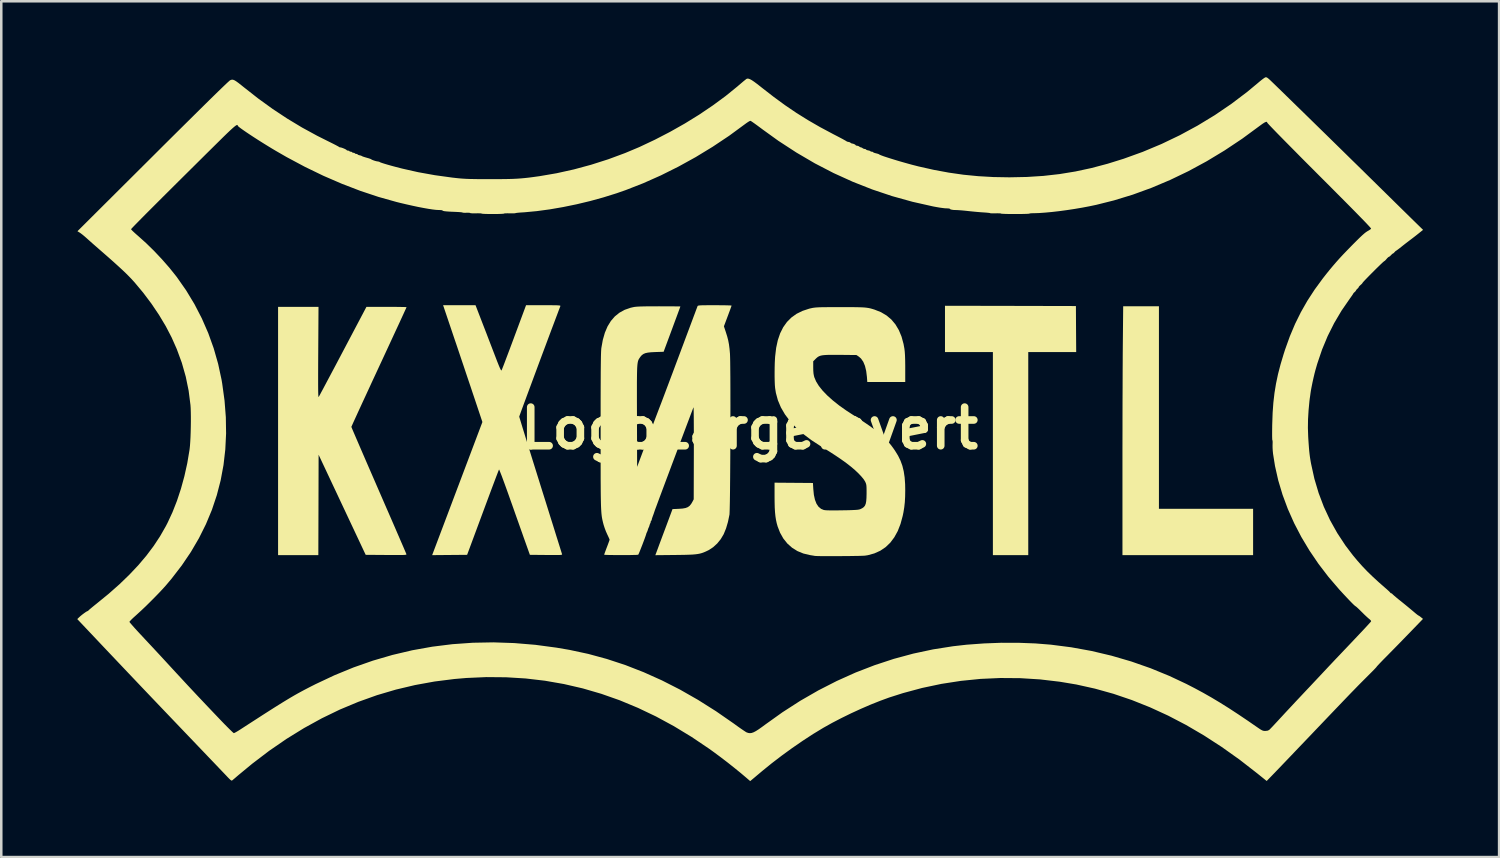
<source format=kicad_pcb>
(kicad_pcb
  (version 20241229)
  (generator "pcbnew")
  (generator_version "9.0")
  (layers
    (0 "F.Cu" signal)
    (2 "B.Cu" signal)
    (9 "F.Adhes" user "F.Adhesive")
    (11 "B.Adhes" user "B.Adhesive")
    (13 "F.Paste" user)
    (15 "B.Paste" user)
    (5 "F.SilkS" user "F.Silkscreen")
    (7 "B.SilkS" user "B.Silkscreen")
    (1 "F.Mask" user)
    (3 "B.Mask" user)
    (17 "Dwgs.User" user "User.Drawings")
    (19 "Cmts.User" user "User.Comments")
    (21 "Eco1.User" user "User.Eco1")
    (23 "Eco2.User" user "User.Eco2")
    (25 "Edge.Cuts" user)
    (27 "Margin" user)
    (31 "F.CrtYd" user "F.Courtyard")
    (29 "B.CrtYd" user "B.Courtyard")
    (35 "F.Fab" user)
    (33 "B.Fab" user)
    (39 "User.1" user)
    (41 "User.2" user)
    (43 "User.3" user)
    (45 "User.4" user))
  (footprint "LogoLargeInvert"
    (layer "F.Cu")
    (at 26.535 13.854)
    (property "Reference" "LogoLargeInvert" (at 0 0 0) (layer "F.SilkS") (effects (font (size 1.524 1.524) (thickness 0.3))))
    (attr board_only exclude_from_pos_files exclude_from_bom)
    (fp_poly (pts (xy 10.299 -4.83) (xy 12.883 -4.824) (xy 12.888 -3.916) (xy 12.894 -3.008) (xy 11.002 -3.008) (xy 11.002 5.007) (xy 9.606 5.007) (xy 9.606 -3.008) (xy 7.715 -3.008) (xy 7.715 -4.835)) (stroke (width 0) (type solid)) (fill yes) (layer "F.SilkS"))
    (fp_poly (pts (xy 16.16 3.18) (xy 19.877 3.18) (xy 19.877 5.007) (xy 14.72 5.007) (xy 14.72 1.66) (xy 14.72 1.253) (xy 14.72 0.837) (xy 14.721 0.418) (xy 14.722 -0.001) (xy 14.722 -0.415) (xy 14.723 -0.822) (xy 14.724 -1.216) (xy 14.726 -1.594) (xy 14.727 -1.952) (xy 14.728 -2.286) (xy 14.73 -2.591) (xy 14.731 -2.865) (xy 14.733 -3.102) (xy 14.734 -3.25) (xy 14.749 -4.814) (xy 16.16 -4.814)) (stroke (width 0) (type solid)) (fill yes) (layer "F.SilkS"))
    (fp_poly (pts (xy -17.024 -2.994) (xy -17.026 -2.667) (xy -17.027 -2.38) (xy -17.028 -2.132) (xy -17.028 -1.92) (xy -17.028 -1.741) (xy -17.027 -1.593) (xy -17.026 -1.474) (xy -17.024 -1.382) (xy -17.021 -1.314) (xy -17.018 -1.268) (xy -17.014 -1.242) (xy -17.01 -1.233) (xy -17.007 -1.235) (xy -16.993 -1.259) (xy -16.96 -1.318) (xy -16.911 -1.41) (xy -16.845 -1.532) (xy -16.766 -1.681) (xy -16.674 -1.854) (xy -16.57 -2.05) (xy -16.456 -2.264) (xy -16.334 -2.494) (xy -16.205 -2.738) (xy -16.071 -2.992) (xy -16.05 -3.032) (xy -15.121 -4.792) (xy -14.329 -4.792) (xy -14.15 -4.792) (xy -13.984 -4.791) (xy -13.838 -4.789) (xy -13.716 -4.787) (xy -13.622 -4.785) (xy -13.561 -4.782) (xy -13.538 -4.779) (xy -13.538 -4.779) (xy -13.547 -4.758) (xy -13.573 -4.701) (xy -13.615 -4.609) (xy -13.671 -4.486) (xy -13.742 -4.333) (xy -13.824 -4.153) (xy -13.919 -3.949) (xy -14.024 -3.723) (xy -14.138 -3.476) (xy -14.26 -3.213) (xy -14.389 -2.934) (xy -14.524 -2.643) (xy -14.627 -2.422) (xy -14.766 -2.122) (xy -14.9 -1.834) (xy -15.027 -1.558) (xy -15.147 -1.298) (xy -15.259 -1.057) (xy -15.361 -0.835) (xy -15.453 -0.636) (xy -15.532 -0.462) (xy -15.599 -0.316) (xy -15.652 -0.2) (xy -15.689 -0.116) (xy -15.711 -0.067) (xy -15.716 -0.055) (xy -15.707 -0.032) (xy -15.683 0.027) (xy -15.643 0.121) (xy -15.589 0.247) (xy -15.522 0.403) (xy -15.443 0.586) (xy -15.353 0.795) (xy -15.253 1.026) (xy -15.144 1.278) (xy -15.027 1.548) (xy -14.903 1.833) (xy -14.773 2.132) (xy -14.639 2.441) (xy -14.635 2.45) (xy -14.5 2.76) (xy -14.37 3.06) (xy -14.245 3.346) (xy -14.127 3.617) (xy -14.017 3.87) (xy -13.916 4.104) (xy -13.825 4.314) (xy -13.745 4.5) (xy -13.676 4.658) (xy -13.621 4.787) (xy -13.58 4.883) (xy -13.554 4.945) (xy -13.544 4.969) (xy -13.544 4.97) (xy -13.543 4.979) (xy -13.549 4.987) (xy -13.567 4.993) (xy -13.6 4.998) (xy -13.652 5.001) (xy -13.727 5.003) (xy -13.829 5.004) (xy -13.962 5.004) (xy -14.13 5.003) (xy -14.337 5.002) (xy -14.342 5.002) (xy -15.151 4.996) (xy -16.08 3.021) (xy -17.009 1.045) (xy -17.014 3.026) (xy -17.02 5.007) (xy -18.609 5.007) (xy -18.609 -4.792) (xy -17.013 -4.792)) (stroke (width 0) (type solid)) (fill yes) (layer "F.SilkS"))
    (fp_poly (pts (xy -10.531 -4.121) (xy -10.453 -3.92) (xy -10.369 -3.703) (xy -10.284 -3.48) (xy -10.2 -3.262) (xy -10.122 -3.059) (xy -10.054 -2.882) (xy -10.029 -2.818) (xy -9.964 -2.648) (xy -9.911 -2.515) (xy -9.87 -2.415) (xy -9.838 -2.346) (xy -9.816 -2.303) (xy -9.8 -2.283) (xy -9.789 -2.284) (xy -9.788 -2.285) (xy -9.777 -2.31) (xy -9.752 -2.372) (xy -9.714 -2.468) (xy -9.666 -2.593) (xy -9.609 -2.745) (xy -9.543 -2.919) (xy -9.47 -3.112) (xy -9.392 -3.321) (xy -9.309 -3.543) (xy -9.293 -3.587) (xy -8.821 -4.856) (xy -8.137 -4.856) (xy -7.947 -4.856) (xy -7.796 -4.856) (xy -7.68 -4.855) (xy -7.594 -4.853) (xy -7.533 -4.849) (xy -7.495 -4.845) (xy -7.473 -4.839) (xy -7.465 -4.831) (xy -7.466 -4.821) (xy -7.467 -4.819) (xy -7.495 -4.747) (xy -7.535 -4.642) (xy -7.585 -4.508) (xy -7.646 -4.347) (xy -7.715 -4.163) (xy -7.792 -3.959) (xy -7.875 -3.738) (xy -7.963 -3.503) (xy -8.054 -3.258) (xy -8.149 -3.005) (xy -8.245 -2.748) (xy -8.341 -2.49) (xy -8.436 -2.234) (xy -8.529 -1.983) (xy -8.619 -1.74) (xy -8.705 -1.509) (xy -8.785 -1.293) (xy -8.858 -1.095) (xy -8.924 -0.918) (xy -8.98 -0.765) (xy -9.026 -0.64) (xy -9.06 -0.545) (xy -9.082 -0.484) (xy -9.09 -0.46) (xy -9.09 -0.46) (xy -9.084 -0.436) (xy -9.065 -0.373) (xy -9.035 -0.274) (xy -8.995 -0.142) (xy -8.945 0.022) (xy -8.885 0.215) (xy -8.818 0.434) (xy -8.742 0.677) (xy -8.66 0.941) (xy -8.572 1.225) (xy -8.478 1.525) (xy -8.38 1.839) (xy -8.278 2.165) (xy -8.251 2.253) (xy -8.148 2.581) (xy -8.048 2.899) (xy -7.953 3.203) (xy -7.863 3.492) (xy -7.778 3.761) (xy -7.7 4.011) (xy -7.63 4.237) (xy -7.567 4.437) (xy -7.513 4.609) (xy -7.469 4.75) (xy -7.435 4.859) (xy -7.412 4.932) (xy -7.401 4.967) (xy -7.4 4.97) (xy -7.399 4.98) (xy -7.406 4.989) (xy -7.426 4.995) (xy -7.462 5) (xy -7.519 5.003) (xy -7.602 5.004) (xy -7.716 5.004) (xy -7.864 5.003) (xy -8.03 5.002) (xy -8.67 4.996) (xy -8.865 4.448) (xy -8.911 4.32) (xy -8.968 4.157) (xy -9.036 3.966) (xy -9.111 3.753) (xy -9.192 3.526) (xy -9.276 3.289) (xy -9.36 3.05) (xy -9.444 2.815) (xy -9.465 2.755) (xy -9.54 2.544) (xy -9.611 2.347) (xy -9.677 2.166) (xy -9.736 2.005) (xy -9.787 1.868) (xy -9.83 1.759) (xy -9.861 1.68) (xy -9.881 1.636) (xy -9.887 1.627) (xy -9.897 1.649) (xy -9.921 1.709) (xy -9.957 1.803) (xy -10.005 1.928) (xy -10.063 2.082) (xy -10.13 2.26) (xy -10.206 2.462) (xy -10.288 2.682) (xy -10.376 2.919) (xy -10.469 3.169) (xy -10.525 3.32) (xy -11.147 4.996) (xy -12.527 5.008) (xy -12.505 4.948) (xy -12.494 4.921) (xy -12.47 4.856) (xy -12.432 4.756) (xy -12.382 4.623) (xy -12.32 4.459) (xy -12.248 4.268) (xy -12.166 4.051) (xy -12.075 3.811) (xy -11.977 3.551) (xy -11.872 3.272) (xy -11.761 2.978) (xy -11.645 2.67) (xy -11.525 2.352) (xy -11.513 2.321) (xy -10.544 -0.246) (xy -10.86 -1.192) (xy -10.927 -1.39) (xy -11.004 -1.622) (xy -11.091 -1.879) (xy -11.184 -2.155) (xy -11.28 -2.443) (xy -11.379 -2.736) (xy -11.476 -3.025) (xy -11.57 -3.304) (xy -11.636 -3.497) (xy -12.095 -4.857) (xy -10.815 -4.857)) (stroke (width 0) (type solid)) (fill yes) (layer "F.SilkS"))
    (fp_poly (pts (xy 3.828 -4.781) (xy 4.03 -4.781) (xy 4.197 -4.779) (xy 4.337 -4.776) (xy 4.452 -4.772) (xy 4.547 -4.766) (xy 4.628 -4.757) (xy 4.7 -4.746) (xy 4.766 -4.732) (xy 4.832 -4.714) (xy 4.902 -4.693) (xy 4.942 -4.68) (xy 5.19 -4.581) (xy 5.408 -4.452) (xy 5.598 -4.292) (xy 5.759 -4.1) (xy 5.893 -3.875) (xy 6 -3.618) (xy 6.079 -3.328) (xy 6.114 -3.137) (xy 6.127 -3.025) (xy 6.137 -2.878) (xy 6.143 -2.693) (xy 6.146 -2.469) (xy 6.146 -2.38) (xy 6.146 -1.827) (xy 4.648 -1.827) (xy 4.634 -2.025) (xy 4.605 -2.261) (xy 4.557 -2.461) (xy 4.489 -2.625) (xy 4.401 -2.751) (xy 4.321 -2.822) (xy 4.223 -2.89) (xy 3.581 -2.897) (xy 3.372 -2.898) (xy 3.2 -2.898) (xy 3.061 -2.895) (xy 2.951 -2.888) (xy 2.864 -2.878) (xy 2.795 -2.862) (xy 2.739 -2.84) (xy 2.692 -2.812) (xy 2.648 -2.776) (xy 2.609 -2.739) (xy 2.514 -2.644) (xy 2.514 -2.399) (xy 2.517 -2.262) (xy 2.526 -2.154) (xy 2.544 -2.063) (xy 2.557 -2.014) (xy 2.628 -1.847) (xy 2.737 -1.67) (xy 2.885 -1.485) (xy 3.069 -1.294) (xy 3.287 -1.099) (xy 3.537 -0.9) (xy 3.818 -0.701) (xy 4.004 -0.58) (xy 4.284 -0.4) (xy 4.53 -0.237) (xy 4.746 -0.089) (xy 4.934 0.048) (xy 5.098 0.177) (xy 5.242 0.301) (xy 5.369 0.422) (xy 5.483 0.544) (xy 5.588 0.67) (xy 5.686 0.803) (xy 5.744 0.888) (xy 5.864 1.083) (xy 5.96 1.28) (xy 6.034 1.484) (xy 6.087 1.703) (xy 6.123 1.943) (xy 6.142 2.211) (xy 6.146 2.445) (xy 6.142 2.695) (xy 6.13 2.917) (xy 6.107 3.123) (xy 6.074 3.326) (xy 6.046 3.46) (xy 5.96 3.777) (xy 5.85 4.059) (xy 5.714 4.305) (xy 5.555 4.517) (xy 5.371 4.693) (xy 5.162 4.834) (xy 4.929 4.939) (xy 4.672 5.01) (xy 4.566 5.027) (xy 4.518 5.031) (xy 4.434 5.034) (xy 4.319 5.038) (xy 4.179 5.04) (xy 4.02 5.043) (xy 3.847 5.045) (xy 3.666 5.046) (xy 3.481 5.048) (xy 3.3 5.048) (xy 3.127 5.048) (xy 2.968 5.048) (xy 2.829 5.047) (xy 2.715 5.045) (xy 2.631 5.042) (xy 2.583 5.039) (xy 2.579 5.039) (xy 2.543 5.032) (xy 2.477 5.021) (xy 2.396 5.008) (xy 2.385 5.006) (xy 2.125 4.944) (xy 1.889 4.847) (xy 1.678 4.715) (xy 1.493 4.55) (xy 1.335 4.353) (xy 1.206 4.124) (xy 1.11 3.877) (xy 1.073 3.747) (xy 1.044 3.613) (xy 1.022 3.47) (xy 1.006 3.31) (xy 0.995 3.127) (xy 0.99 2.914) (xy 0.988 2.699) (xy 0.988 2.148) (xy 2.503 2.16) (xy 2.517 2.396) (xy 2.54 2.628) (xy 2.582 2.821) (xy 2.643 2.978) (xy 2.723 3.097) (xy 2.824 3.181) (xy 2.929 3.225) (xy 2.978 3.233) (xy 3.058 3.239) (xy 3.173 3.242) (xy 3.325 3.243) (xy 3.516 3.241) (xy 3.653 3.239) (xy 3.843 3.236) (xy 3.995 3.232) (xy 4.114 3.227) (xy 4.205 3.222) (xy 4.272 3.216) (xy 4.322 3.208) (xy 4.358 3.198) (xy 4.372 3.193) (xy 4.452 3.154) (xy 4.512 3.11) (xy 4.557 3.053) (xy 4.587 2.978) (xy 4.606 2.879) (xy 4.616 2.75) (xy 4.62 2.585) (xy 4.62 2.567) (xy 4.62 2.436) (xy 4.618 2.341) (xy 4.614 2.271) (xy 4.606 2.219) (xy 4.594 2.176) (xy 4.576 2.133) (xy 4.563 2.105) (xy 4.509 2.019) (xy 4.424 1.914) (xy 4.309 1.791) (xy 4.299 1.781) (xy 4.165 1.654) (xy 4.013 1.524) (xy 3.838 1.387) (xy 3.639 1.243) (xy 3.411 1.088) (xy 3.152 0.92) (xy 2.857 0.737) (xy 2.808 0.707) (xy 2.443 0.469) (xy 2.119 0.225) (xy 1.838 -0.025) (xy 1.597 -0.283) (xy 1.398 -0.548) (xy 1.239 -0.821) (xy 1.12 -1.103) (xy 1.041 -1.394) (xy 1.01 -1.587) (xy 1 -1.704) (xy 0.994 -1.854) (xy 0.99 -2.027) (xy 0.99 -2.214) (xy 0.992 -2.405) (xy 0.997 -2.591) (xy 1.006 -2.761) (xy 1.011 -2.834) (xy 1.051 -3.173) (xy 1.117 -3.478) (xy 1.21 -3.75) (xy 1.33 -3.989) (xy 1.478 -4.196) (xy 1.654 -4.372) (xy 1.858 -4.518) (xy 2.092 -4.633) (xy 2.355 -4.72) (xy 2.45 -4.742) (xy 2.498 -4.752) (xy 2.549 -4.759) (xy 2.608 -4.766) (xy 2.678 -4.771) (xy 2.764 -4.775) (xy 2.87 -4.778) (xy 3.002 -4.779) (xy 3.164 -4.781) (xy 3.359 -4.781) (xy 3.589 -4.781)) (stroke (width 0) (type solid)) (fill yes) (layer "F.SilkS"))
    (fp_poly (pts (xy -1.209 -4.856) (xy -1.06 -4.855) (xy -0.93 -4.853) (xy -0.826 -4.85) (xy -0.752 -4.847) (xy -0.714 -4.843) (xy -0.709 -4.842) (xy -0.716 -4.818) (xy -0.737 -4.76) (xy -0.767 -4.675) (xy -0.807 -4.569) (xy -0.852 -4.447) (xy -0.86 -4.426) (xy -1.011 -4.024) (xy -0.937 -3.801) (xy -0.882 -3.626) (xy -0.841 -3.467) (xy -0.811 -3.308) (xy -0.789 -3.135) (xy -0.772 -2.944) (xy -0.769 -2.873) (xy -0.766 -2.764) (xy -0.763 -2.621) (xy -0.761 -2.445) (xy -0.759 -2.241) (xy -0.757 -2.011) (xy -0.756 -1.758) (xy -0.755 -1.486) (xy -0.755 -1.197) (xy -0.754 -0.894) (xy -0.755 -0.581) (xy -0.755 -0.26) (xy -0.756 0.066) (xy -0.757 0.393) (xy -0.758 0.718) (xy -0.759 1.038) (xy -0.761 1.351) (xy -0.763 1.654) (xy -0.765 1.942) (xy -0.768 2.214) (xy -0.77 2.466) (xy -0.773 2.695) (xy -0.776 2.899) (xy -0.78 3.073) (xy -0.783 3.215) (xy -0.787 3.323) (xy -0.79 3.392) (xy -0.793 3.415) (xy -0.852 3.699) (xy -0.927 3.954) (xy -1.017 4.174) (xy -1.025 4.19) (xy -1.137 4.378) (xy -1.276 4.549) (xy -1.435 4.694) (xy -1.604 4.806) (xy -1.633 4.82) (xy -1.72 4.862) (xy -1.799 4.896) (xy -1.875 4.924) (xy -1.954 4.946) (xy -2.041 4.963) (xy -2.142 4.976) (xy -2.261 4.986) (xy -2.403 4.992) (xy -2.575 4.997) (xy -2.781 5) (xy -2.928 5.002) (xy -3.718 5.01) (xy -3.663 4.864) (xy -3.643 4.81) (xy -3.61 4.721) (xy -3.567 4.604) (xy -3.514 4.462) (xy -3.455 4.303) (xy -3.391 4.132) (xy -3.324 3.954) (xy -3.04 3.191) (xy -2.793 3.18) (xy -2.642 3.169) (xy -2.525 3.148) (xy -2.435 3.113) (xy -2.364 3.061) (xy -2.303 2.986) (xy -2.253 2.901) (xy -2.203 2.804) (xy -2.198 0.967) (xy -2.198 0.691) (xy -2.198 0.429) (xy -2.198 0.184) (xy -2.199 -0.043) (xy -2.2 -0.246) (xy -2.201 -0.424) (xy -2.203 -0.573) (xy -2.205 -0.691) (xy -2.207 -0.774) (xy -2.21 -0.82) (xy -2.212 -0.827) (xy -2.226 -0.792) (xy -2.253 -0.72) (xy -2.293 -0.615) (xy -2.344 -0.48) (xy -2.405 -0.318) (xy -2.475 -0.133) (xy -2.552 0.071) (xy -2.635 0.292) (xy -2.723 0.526) (xy -2.814 0.769) (xy -2.907 1.018) (xy -3.002 1.269) (xy -3.096 1.52) (xy -3.188 1.767) (xy -3.278 2.006) (xy -3.363 2.234) (xy -3.443 2.447) (xy -3.516 2.643) (xy -3.581 2.817) (xy -3.636 2.966) (xy -3.681 3.088) (xy -3.715 3.178) (xy -3.735 3.233) (xy -3.74 3.247) (xy -3.765 3.322) (xy -3.786 3.384) (xy -3.798 3.417) (xy -3.811 3.451) (xy -3.814 3.46) (xy -3.824 3.487) (xy -3.83 3.503) (xy -3.854 3.574) (xy -3.86 3.612) (xy -3.87 3.637) (xy -3.887 3.661) (xy -3.904 3.688) (xy -3.902 3.696) (xy -3.9 3.712) (xy -3.915 3.744) (xy -3.938 3.798) (xy -3.948 3.832) (xy -3.963 3.882) (xy -3.98 3.918) (xy -4.003 3.971) (xy -4.012 4.004) (xy -4.028 4.054) (xy -4.044 4.09) (xy -4.066 4.137) (xy -4.075 4.163) (xy -4.085 4.2) (xy -4.108 4.267) (xy -4.14 4.357) (xy -4.179 4.461) (xy -4.221 4.573) (xy -4.265 4.685) (xy -4.306 4.79) (xy -4.342 4.88) (xy -4.371 4.948) (xy -4.389 4.985) (xy -4.393 4.99) (xy -4.42 4.995) (xy -4.482 4.999) (xy -4.574 5.001) (xy -4.689 5.004) (xy -4.821 5.005) (xy -4.964 5.006) (xy -5.111 5.006) (xy -5.255 5.006) (xy -5.392 5.004) (xy -5.514 5.003) (xy -5.616 5) (xy -5.69 4.997) (xy -5.731 4.993) (xy -5.738 4.99) (xy -5.73 4.965) (xy -5.71 4.907) (xy -5.68 4.826) (xy -5.643 4.727) (xy -5.63 4.695) (xy -5.591 4.592) (xy -5.559 4.504) (xy -5.535 4.439) (xy -5.524 4.403) (xy -5.523 4.399) (xy -5.532 4.373) (xy -5.555 4.319) (xy -5.59 4.243) (xy -5.618 4.184) (xy -5.669 4.069) (xy -5.718 3.939) (xy -5.758 3.815) (xy -5.767 3.782) (xy -5.782 3.724) (xy -5.795 3.67) (xy -5.807 3.617) (xy -5.818 3.563) (xy -5.828 3.507) (xy -5.836 3.444) (xy -5.844 3.374) (xy -5.85 3.294) (xy -5.856 3.201) (xy -5.861 3.094) (xy -5.865 2.97) (xy -5.868 2.827) (xy -5.871 2.662) (xy -5.873 2.474) (xy -5.874 2.259) (xy -5.876 2.017) (xy -5.876 1.744) (xy -5.877 1.438) (xy -5.877 1.096) (xy -5.877 0.718) (xy -5.877 0.3) (xy -5.877 0.097) (xy -5.877 -0.346) (xy -5.877 -0.747) (xy -5.877 -1.11) (xy -5.876 -1.435) (xy -5.875 -1.726) (xy -5.874 -1.983) (xy -5.873 -2.209) (xy -5.871 -2.407) (xy -5.869 -2.577) (xy -5.867 -2.722) (xy -5.865 -2.844) (xy -5.862 -2.945) (xy -5.859 -3.026) (xy -5.855 -3.091) (xy -5.852 -3.14) (xy -5.848 -3.17) (xy -5.791 -3.488) (xy -5.71 -3.771) (xy -5.604 -4.02) (xy -5.473 -4.234) (xy -5.317 -4.414) (xy -5.135 -4.561) (xy -4.928 -4.675) (xy -4.694 -4.756) (xy -4.594 -4.779) (xy -4.543 -4.789) (xy -4.482 -4.796) (xy -4.408 -4.802) (xy -4.315 -4.806) (xy -4.199 -4.809) (xy -4.056 -4.812) (xy -3.88 -4.813) (xy -3.668 -4.813) (xy -3.579 -4.814) (xy -3.392 -4.813) (xy -3.22 -4.813) (xy -3.067 -4.812) (xy -2.936 -4.811) (xy -2.834 -4.81) (xy -2.764 -4.809) (xy -2.731 -4.808) (xy -2.729 -4.808) (xy -2.736 -4.787) (xy -2.757 -4.73) (xy -2.79 -4.641) (xy -2.833 -4.524) (xy -2.885 -4.383) (xy -2.945 -4.222) (xy -3.01 -4.046) (xy -3.06 -3.91) (xy -3.391 -3.019) (xy -3.721 -3.008) (xy -3.885 -3) (xy -4.013 -2.986) (xy -4.112 -2.964) (xy -4.188 -2.932) (xy -4.249 -2.888) (xy -4.301 -2.829) (xy -4.318 -2.806) (xy -4.339 -2.775) (xy -4.358 -2.747) (xy -4.375 -2.718) (xy -4.389 -2.686) (xy -4.402 -2.648) (xy -4.412 -2.602) (xy -4.421 -2.545) (xy -4.428 -2.474) (xy -4.434 -2.387) (xy -4.438 -2.28) (xy -4.441 -2.152) (xy -4.443 -1.999) (xy -4.445 -1.818) (xy -4.445 -1.608) (xy -4.445 -1.365) (xy -4.445 -1.086) (xy -4.444 -0.77) (xy -4.443 -0.478) (xy -4.437 1.525) (xy -4.073 0.553) (xy -3.992 0.337) (xy -3.908 0.114) (xy -3.824 -0.107) (xy -3.744 -0.32) (xy -3.669 -0.518) (xy -3.602 -0.694) (xy -3.546 -0.841) (xy -3.518 -0.913) (xy -3.48 -1.012) (xy -3.429 -1.147) (xy -3.366 -1.313) (xy -3.293 -1.508) (xy -3.211 -1.725) (xy -3.122 -1.962) (xy -3.027 -2.214) (xy -2.929 -2.477) (xy -2.828 -2.746) (xy -2.726 -3.018) (xy -2.698 -3.094) (xy -2.601 -3.352) (xy -2.509 -3.599) (xy -2.422 -3.831) (xy -2.341 -4.047) (xy -2.268 -4.242) (xy -2.204 -4.414) (xy -2.149 -4.559) (xy -2.106 -4.676) (xy -2.074 -4.759) (xy -2.056 -4.808) (xy -2.052 -4.819) (xy -2.045 -4.83) (xy -2.03 -4.838) (xy -2.004 -4.844) (xy -1.961 -4.849) (xy -1.897 -4.853) (xy -1.807 -4.855) (xy -1.687 -4.856) (xy -1.532 -4.856) (xy -1.373 -4.857)) (stroke (width 0) (type solid)) (fill yes) (layer "F.SilkS"))
    (fp_poly (pts (xy 20.434 -13.838) (xy 20.485 -13.799) (xy 20.539 -13.751) (xy 20.584 -13.708) (xy 20.658 -13.637) (xy 20.758 -13.54) (xy 20.883 -13.419) (xy 21.03 -13.276) (xy 21.197 -13.113) (xy 21.382 -12.933) (xy 21.582 -12.737) (xy 21.797 -12.528) (xy 22.023 -12.307) (xy 22.259 -12.076) (xy 22.502 -11.838) (xy 22.751 -11.595) (xy 23.002 -11.349) (xy 23.255 -11.101) (xy 23.507 -10.854) (xy 23.755 -10.61) (xy 23.999 -10.372) (xy 24.235 -10.14) (xy 24.461 -9.917) (xy 24.658 -9.724) (xy 24.869 -9.516) (xy 25.077 -9.312) (xy 25.278 -9.114) (xy 25.47 -8.925) (xy 25.65 -8.748) (xy 25.815 -8.586) (xy 25.963 -8.441) (xy 26.091 -8.315) (xy 26.196 -8.212) (xy 26.275 -8.135) (xy 26.321 -8.09) (xy 26.586 -7.831) (xy 26.386 -7.671) (xy 26.291 -7.596) (xy 26.193 -7.52) (xy 26.105 -7.453) (xy 26.056 -7.416) (xy 25.984 -7.361) (xy 25.892 -7.291) (xy 25.794 -7.214) (xy 25.73 -7.163) (xy 25.652 -7.101) (xy 25.585 -7.051) (xy 25.538 -7.017) (xy 25.518 -7.005) (xy 25.496 -6.99) (xy 25.462 -6.953) (xy 25.461 -6.952) (xy 25.425 -6.914) (xy 25.398 -6.898) (xy 25.397 -6.898) (xy 25.371 -6.883) (xy 25.332 -6.845) (xy 25.321 -6.834) (xy 25.28 -6.792) (xy 25.246 -6.77) (xy 25.241 -6.769) (xy 25.213 -6.753) (xy 25.171 -6.714) (xy 25.145 -6.683) (xy 25.102 -6.634) (xy 25.067 -6.603) (xy 25.055 -6.597) (xy 25.035 -6.582) (xy 24.989 -6.542) (xy 24.923 -6.48) (xy 24.842 -6.401) (xy 24.749 -6.311) (xy 24.651 -6.213) (xy 24.552 -6.114) (xy 24.456 -6.017) (xy 24.368 -5.927) (xy 24.294 -5.85) (xy 24.238 -5.79) (xy 24.204 -5.751) (xy 24.197 -5.739) (xy 24.181 -5.714) (xy 24.142 -5.675) (xy 24.121 -5.658) (xy 24.076 -5.616) (xy 24.049 -5.582) (xy 24.046 -5.573) (xy 24.031 -5.543) (xy 23.993 -5.506) (xy 23.992 -5.505) (xy 23.955 -5.469) (xy 23.939 -5.441) (xy 23.939 -5.441) (xy 23.923 -5.413) (xy 23.886 -5.377) (xy 23.885 -5.376) (xy 23.848 -5.342) (xy 23.831 -5.318) (xy 23.831 -5.318) (xy 23.819 -5.295) (xy 23.787 -5.246) (xy 23.739 -5.178) (xy 23.695 -5.117) (xy 23.366 -4.64) (xy 23.076 -4.149) (xy 22.821 -3.64) (xy 22.6 -3.109) (xy 22.411 -2.552) (xy 22.339 -2.303) (xy 22.299 -2.151) (xy 22.259 -1.98) (xy 22.22 -1.804) (xy 22.186 -1.635) (xy 22.158 -1.485) (xy 22.143 -1.386) (xy 22.133 -1.311) (xy 22.124 -1.246) (xy 22.121 -1.225) (xy 22.112 -1.167) (xy 22.104 -1.096) (xy 22.102 -1.085) (xy 22.066 -0.704) (xy 22.045 -0.351) (xy 22.04 -0.013) (xy 22.051 0.32) (xy 22.055 0.398) (xy 22.068 0.592) (xy 22.08 0.752) (xy 22.091 0.887) (xy 22.104 1.006) (xy 22.118 1.117) (xy 22.135 1.228) (xy 22.156 1.35) (xy 22.169 1.418) (xy 22.296 1.994) (xy 22.463 2.555) (xy 22.669 3.1) (xy 22.914 3.627) (xy 23.198 4.135) (xy 23.518 4.622) (xy 23.814 5.012) (xy 24 5.235) (xy 24.189 5.447) (xy 24.386 5.653) (xy 24.6 5.86) (xy 24.836 6.077) (xy 25.072 6.284) (xy 25.153 6.354) (xy 25.221 6.416) (xy 25.269 6.463) (xy 25.292 6.489) (xy 25.293 6.492) (xy 25.31 6.509) (xy 25.324 6.511) (xy 25.361 6.528) (xy 25.372 6.541) (xy 25.394 6.563) (xy 25.443 6.607) (xy 25.516 6.669) (xy 25.605 6.743) (xy 25.707 6.824) (xy 25.712 6.828) (xy 25.828 6.922) (xy 25.947 7.019) (xy 26.059 7.112) (xy 26.155 7.192) (xy 26.211 7.239) (xy 26.284 7.301) (xy 26.346 7.351) (xy 26.389 7.383) (xy 26.405 7.392) (xy 26.43 7.405) (xy 26.475 7.437) (xy 26.502 7.459) (xy 26.583 7.525) (xy 26.04 8.087) (xy 25.894 8.237) (xy 25.74 8.396) (xy 25.583 8.557) (xy 25.431 8.712) (xy 25.292 8.853) (xy 25.173 8.975) (xy 25.126 9.022) (xy 25.023 9.126) (xy 24.932 9.22) (xy 24.855 9.3) (xy 24.798 9.362) (xy 24.763 9.4) (xy 24.755 9.412) (xy 24.741 9.431) (xy 24.7 9.476) (xy 24.639 9.54) (xy 24.561 9.619) (xy 24.476 9.704) (xy 24.385 9.795) (xy 24.3 9.88) (xy 24.218 9.962) (xy 24.136 10.044) (xy 24.054 10.127) (xy 23.968 10.215) (xy 23.876 10.31) (xy 23.775 10.413) (xy 23.664 10.528) (xy 23.54 10.657) (xy 23.401 10.802) (xy 23.244 10.966) (xy 23.067 11.151) (xy 22.868 11.359) (xy 22.644 11.594) (xy 22.394 11.856) (xy 22.347 11.905) (xy 22.137 12.126) (xy 21.93 12.342) (xy 21.73 12.551) (xy 21.539 12.751) (xy 21.36 12.939) (xy 21.195 13.111) (xy 21.046 13.267) (xy 20.917 13.402) (xy 20.809 13.514) (xy 20.725 13.602) (xy 20.667 13.661) (xy 20.657 13.672) (xy 20.413 13.923) (xy 20.032 13.616) (xy 19.337 13.076) (xy 18.639 12.58) (xy 17.937 12.125) (xy 17.233 11.713) (xy 16.524 11.343) (xy 15.81 11.015) (xy 15.091 10.728) (xy 14.367 10.482) (xy 13.637 10.278) (xy 12.9 10.114) (xy 12.248 10.005) (xy 11.466 9.913) (xy 10.682 9.864) (xy 9.9 9.858) (xy 9.12 9.893) (xy 8.344 9.971) (xy 7.574 10.09) (xy 6.811 10.251) (xy 6.058 10.454) (xy 5.512 10.628) (xy 5.162 10.756) (xy 4.788 10.905) (xy 4.401 11.072) (xy 4.011 11.251) (xy 3.627 11.439) (xy 3.261 11.629) (xy 2.923 11.818) (xy 2.901 11.831) (xy 2.509 12.069) (xy 2.101 12.335) (xy 1.687 12.62) (xy 1.278 12.917) (xy 0.883 13.219) (xy 0.513 13.519) (xy 0.487 13.541) (xy 0.38 13.631) (xy 0.281 13.714) (xy 0.196 13.786) (xy 0.13 13.841) (xy 0.09 13.874) (xy 0.086 13.878) (xy 0.026 13.927) (xy -0.132 13.791) (xy -0.352 13.605) (xy -0.598 13.405) (xy -0.859 13.198) (xy -1.125 12.994) (xy -1.385 12.801) (xy -1.59 12.653) (xy -2.284 12.185) (xy -2.984 11.76) (xy -3.69 11.377) (xy -4.403 11.037) (xy -5.122 10.738) (xy -5.849 10.482) (xy -6.583 10.268) (xy -7.326 10.096) (xy -8.077 9.965) (xy -8.838 9.876) (xy -9.607 9.829) (xy -10.387 9.822) (xy -11.177 9.857) (xy -11.647 9.897) (xy -12.431 9.996) (xy -13.202 10.136) (xy -13.961 10.316) (xy -14.709 10.537) (xy -15.444 10.8) (xy -16.169 11.103) (xy -16.882 11.448) (xy -17.584 11.834) (xy -18.276 12.261) (xy -18.958 12.73) (xy -19.629 13.241) (xy -20.157 13.677) (xy -20.243 13.75) (xy -20.318 13.815) (xy -20.378 13.865) (xy -20.413 13.895) (xy -20.418 13.898) (xy -20.437 13.907) (xy -20.461 13.9) (xy -20.497 13.872) (xy -20.55 13.821) (xy -20.611 13.758) (xy -20.648 13.718) (xy -20.714 13.649) (xy -20.804 13.555) (xy -20.917 13.437) (xy -21.05 13.297) (xy -21.201 13.139) (xy -21.368 12.965) (xy -21.548 12.776) (xy -21.739 12.577) (xy -21.938 12.368) (xy -22.144 12.153) (xy -22.187 12.108) (xy -22.662 11.611) (xy -23.126 11.125) (xy -23.586 10.643) (xy -24.046 10.16) (xy -24.512 9.669) (xy -24.991 9.164) (xy -25.488 8.64) (xy -26.007 8.09) (xy -26.017 8.08) (xy -26.432 7.641) (xy -24.476 7.641) (xy -24.462 7.664) (xy -24.421 7.713) (xy -24.358 7.786) (xy -24.276 7.879) (xy -24.177 7.988) (xy -24.066 8.108) (xy -23.976 8.204) (xy -23.845 8.345) (xy -23.712 8.487) (xy -23.583 8.625) (xy -23.464 8.753) (xy -23.36 8.865) (xy -23.277 8.954) (xy -23.25 8.983) (xy -23.016 9.237) (xy -22.808 9.463) (xy -22.621 9.666) (xy -22.452 9.848) (xy -22.299 10.014) (xy -22.156 10.168) (xy -22.02 10.313) (xy -21.888 10.454) (xy -21.756 10.595) (xy -21.62 10.738) (xy -21.478 10.889) (xy -21.324 11.051) (xy -21.156 11.228) (xy -20.987 11.405) (xy -20.856 11.542) (xy -20.734 11.669) (xy -20.622 11.782) (xy -20.526 11.878) (xy -20.448 11.954) (xy -20.392 12.006) (xy -20.36 12.032) (xy -20.355 12.034) (xy -20.325 12.023) (xy -20.267 11.992) (xy -20.19 11.947) (xy -20.101 11.891) (xy -20.094 11.886) (xy -19.77 11.676) (xy -19.478 11.488) (xy -19.217 11.319) (xy -18.982 11.169) (xy -18.772 11.035) (xy -18.582 10.916) (xy -18.41 10.809) (xy -18.252 10.713) (xy -18.107 10.626) (xy -17.97 10.546) (xy -17.839 10.472) (xy -17.711 10.402) (xy -17.583 10.333) (xy -17.451 10.264) (xy -17.313 10.193) (xy -17.166 10.119) (xy -17.133 10.102) (xy -16.385 9.75) (xy -15.629 9.44) (xy -14.864 9.172) (xy -14.092 8.947) (xy -13.312 8.763) (xy -12.523 8.622) (xy -11.727 8.523) (xy -10.922 8.466) (xy -10.109 8.451) (xy -9.287 8.479) (xy -8.457 8.548) (xy -7.619 8.66) (xy -7.105 8.748) (xy -6.364 8.907) (xy -5.63 9.107) (xy -4.901 9.347) (xy -4.178 9.629) (xy -3.458 9.952) (xy -2.743 10.316) (xy -2.03 10.723) (xy -1.319 11.172) (xy -0.611 11.663) (xy -0.55 11.708) (xy -0.436 11.79) (xy -0.33 11.864) (xy -0.237 11.927) (xy -0.165 11.975) (xy -0.12 12.002) (xy -0.114 12.005) (xy -0.048 12.027) (xy 0.015 12.035) (xy 0.083 12.027) (xy 0.159 12.001) (xy 0.249 11.954) (xy 0.358 11.885) (xy 0.49 11.792) (xy 0.609 11.704) (xy 1.299 11.211) (xy 2.002 10.758) (xy 2.718 10.346) (xy 3.447 9.974) (xy 4.186 9.642) (xy 4.937 9.352) (xy 5.697 9.102) (xy 6.467 8.894) (xy 7.246 8.728) (xy 8.033 8.604) (xy 8.574 8.543) (xy 9.257 8.493) (xy 9.942 8.467) (xy 10.62 8.468) (xy 11.281 8.493) (xy 11.894 8.542) (xy 12.702 8.646) (xy 13.501 8.791) (xy 14.29 8.978) (xy 15.067 9.205) (xy 15.83 9.472) (xy 16.578 9.779) (xy 17.239 10.09) (xy 17.573 10.262) (xy 17.903 10.44) (xy 18.235 10.629) (xy 18.572 10.831) (xy 18.922 11.05) (xy 19.289 11.29) (xy 19.678 11.552) (xy 19.982 11.762) (xy 20.087 11.834) (xy 20.163 11.885) (xy 20.221 11.918) (xy 20.265 11.937) (xy 20.305 11.945) (xy 20.348 11.948) (xy 20.355 11.948) (xy 20.45 11.937) (xy 20.508 11.91) (xy 20.536 11.884) (xy 20.587 11.832) (xy 20.659 11.757) (xy 20.745 11.664) (xy 20.843 11.559) (xy 20.92 11.475) (xy 21.026 11.361) (xy 21.154 11.222) (xy 21.299 11.067) (xy 21.452 10.903) (xy 21.607 10.737) (xy 21.758 10.577) (xy 21.833 10.497) (xy 21.974 10.347) (xy 22.121 10.192) (xy 22.267 10.036) (xy 22.406 9.888) (xy 22.532 9.754) (xy 22.638 9.641) (xy 22.691 9.584) (xy 22.77 9.5) (xy 22.873 9.39) (xy 22.998 9.258) (xy 23.138 9.109) (xy 23.291 8.949) (xy 23.45 8.781) (xy 23.613 8.61) (xy 23.766 8.449) (xy 23.913 8.293) (xy 24.052 8.146) (xy 24.179 8.012) (xy 24.291 7.892) (xy 24.385 7.79) (xy 24.459 7.709) (xy 24.51 7.652) (xy 24.534 7.621) (xy 24.536 7.618) (xy 24.524 7.589) (xy 24.486 7.549) (xy 24.461 7.529) (xy 24.416 7.491) (xy 24.349 7.43) (xy 24.268 7.354) (xy 24.183 7.269) (xy 24.161 7.248) (xy 24.082 7.169) (xy 24.013 7.103) (xy 23.959 7.054) (xy 23.927 7.029) (xy 23.922 7.027) (xy 23.899 7.011) (xy 23.85 6.967) (xy 23.778 6.896) (xy 23.687 6.803) (xy 23.58 6.69) (xy 23.459 6.561) (xy 23.327 6.418) (xy 23.275 6.361) (xy 22.851 5.866) (xy 22.459 5.354) (xy 22.102 4.828) (xy 21.78 4.29) (xy 21.495 3.742) (xy 21.248 3.186) (xy 21.039 2.624) (xy 20.87 2.06) (xy 20.742 1.494) (xy 20.665 1.01) (xy 20.653 0.895) (xy 20.646 0.775) (xy 20.645 0.669) (xy 20.646 0.629) (xy 20.648 0.553) (xy 20.646 0.498) (xy 20.639 0.473) (xy 20.637 0.473) (xy 20.633 0.452) (xy 20.63 0.394) (xy 20.628 0.302) (xy 20.628 0.183) (xy 20.629 0.041) (xy 20.631 -0.119) (xy 20.633 -0.188) (xy 20.648 -0.614) (xy 20.677 -1.012) (xy 20.721 -1.392) (xy 20.782 -1.764) (xy 20.861 -2.138) (xy 20.961 -2.523) (xy 21.083 -2.93) (xy 21.143 -3.116) (xy 21.328 -3.631) (xy 21.533 -4.117) (xy 21.762 -4.581) (xy 22.019 -5.032) (xy 22.308 -5.476) (xy 22.633 -5.92) (xy 22.768 -6.092) (xy 22.903 -6.259) (xy 23.03 -6.411) (xy 23.155 -6.556) (xy 23.284 -6.701) (xy 23.424 -6.852) (xy 23.582 -7.016) (xy 23.762 -7.201) (xy 23.827 -7.267) (xy 23.971 -7.411) (xy 24.089 -7.527) (xy 24.185 -7.617) (xy 24.263 -7.686) (xy 24.326 -7.736) (xy 24.378 -7.771) (xy 24.394 -7.78) (xy 24.461 -7.819) (xy 24.512 -7.855) (xy 24.534 -7.88) (xy 24.524 -7.898) (xy 24.488 -7.94) (xy 24.426 -8.007) (xy 24.339 -8.1) (xy 24.224 -8.22) (xy 24.082 -8.365) (xy 23.913 -8.538) (xy 23.715 -8.739) (xy 23.489 -8.967) (xy 23.233 -9.224) (xy 22.949 -9.51) (xy 22.634 -9.825) (xy 22.491 -9.968) (xy 22.235 -10.225) (xy 21.988 -10.472) (xy 21.754 -10.707) (xy 21.534 -10.93) (xy 21.329 -11.137) (xy 21.141 -11.327) (xy 20.971 -11.5) (xy 20.822 -11.652) (xy 20.695 -11.783) (xy 20.591 -11.891) (xy 20.513 -11.974) (xy 20.461 -12.03) (xy 20.437 -12.058) (xy 20.436 -12.061) (xy 20.425 -12.092) (xy 20.391 -12.095) (xy 20.332 -12.07) (xy 20.247 -12.016) (xy 20.133 -11.933) (xy 20.129 -11.93) (xy 19.447 -11.429) (xy 18.751 -10.965) (xy 18.044 -10.538) (xy 17.326 -10.149) (xy 16.6 -9.8) (xy 15.866 -9.49) (xy 15.128 -9.221) (xy 14.385 -8.994) (xy 13.692 -8.82) (xy 13.417 -8.762) (xy 13.126 -8.707) (xy 12.825 -8.656) (xy 12.522 -8.61) (xy 12.224 -8.57) (xy 11.938 -8.537) (xy 11.671 -8.512) (xy 11.43 -8.495) (xy 11.222 -8.488) (xy 11.191 -8.488) (xy 11.119 -8.486) (xy 11.066 -8.48) (xy 11.045 -8.472) (xy 11.045 -8.472) (xy 11.025 -8.468) (xy 10.967 -8.464) (xy 10.877 -8.461) (xy 10.762 -8.458) (xy 10.626 -8.456) (xy 10.487 -8.456) (xy 10.337 -8.457) (xy 10.202 -8.458) (xy 10.088 -8.461) (xy 10.001 -8.465) (xy 9.946 -8.469) (xy 9.928 -8.473) (xy 9.908 -8.48) (xy 9.854 -8.484) (xy 9.776 -8.485) (xy 9.713 -8.484) (xy 9.623 -8.483) (xy 9.551 -8.484) (xy 9.507 -8.487) (xy 9.498 -8.49) (xy 9.478 -8.497) (xy 9.424 -8.504) (xy 9.343 -8.512) (xy 9.256 -8.518) (xy 9.149 -8.525) (xy 9.013 -8.536) (xy 8.863 -8.55) (xy 8.712 -8.565) (xy 8.639 -8.573) (xy 8.507 -8.587) (xy 8.382 -8.599) (xy 8.274 -8.607) (xy 8.191 -8.612) (xy 8.153 -8.613) (xy 8.06 -8.616) (xy 7.982 -8.627) (xy 7.928 -8.642) (xy 7.908 -8.661) (xy 7.908 -8.662) (xy 7.888 -8.671) (xy 7.837 -8.678) (xy 7.774 -8.68) (xy 7.708 -8.683) (xy 7.61 -8.695) (xy 7.49 -8.712) (xy 7.358 -8.735) (xy 7.25 -8.755) (xy 6.433 -8.939) (xy 5.632 -9.162) (xy 4.847 -9.425) (xy 4.076 -9.729) (xy 3.32 -10.072) (xy 2.579 -10.456) (xy 1.853 -10.881) (xy 1.14 -11.345) (xy 0.516 -11.795) (xy 0.395 -11.885) (xy 0.284 -11.967) (xy 0.188 -12.036) (xy 0.111 -12.09) (xy 0.06 -12.124) (xy 0.04 -12.135) (xy 0.008 -12.127) (xy -0.049 -12.095) (xy -0.125 -12.044) (xy -0.175 -12.007) (xy -0.803 -11.546) (xy -1.455 -11.111) (xy -2.125 -10.703) (xy -2.808 -10.326) (xy -3.499 -9.981) (xy -4.194 -9.672) (xy -4.887 -9.401) (xy -5.254 -9.273) (xy -5.763 -9.114) (xy -6.289 -8.969) (xy -6.823 -8.841) (xy -7.358 -8.731) (xy -7.885 -8.64) (xy -8.395 -8.571) (xy -8.881 -8.525) (xy -8.999 -8.518) (xy -9.095 -8.511) (xy -9.173 -8.503) (xy -9.224 -8.496) (xy -9.24 -8.49) (xy -9.26 -8.486) (xy -9.314 -8.483) (xy -9.394 -8.483) (xy -9.466 -8.484) (xy -9.558 -8.485) (xy -9.633 -8.483) (xy -9.68 -8.479) (xy -9.692 -8.473) (xy -9.712 -8.468) (xy -9.769 -8.464) (xy -9.856 -8.46) (xy -9.968 -8.457) (xy -10.096 -8.456) (xy -10.132 -8.456) (xy -10.264 -8.457) (xy -10.381 -8.459) (xy -10.475 -8.462) (xy -10.541 -8.467) (xy -10.571 -8.472) (xy -10.573 -8.473) (xy -10.593 -8.48) (xy -10.647 -8.484) (xy -10.726 -8.485) (xy -10.798 -8.484) (xy -10.891 -8.483) (xy -10.965 -8.485) (xy -11.012 -8.49) (xy -11.024 -8.495) (xy -11.044 -8.503) (xy -11.095 -8.507) (xy -11.168 -8.506) (xy -11.174 -8.506) (xy -11.249 -8.505) (xy -11.305 -8.508) (xy -11.33 -8.515) (xy -11.33 -8.515) (xy -11.352 -8.522) (xy -11.41 -8.529) (xy -11.494 -8.535) (xy -11.598 -8.54) (xy -11.636 -8.542) (xy -11.812 -8.549) (xy -11.946 -8.558) (xy -12.041 -8.568) (xy -12.098 -8.581) (xy -12.12 -8.595) (xy -12.12 -8.597) (xy -12.139 -8.606) (xy -12.191 -8.612) (xy -12.265 -8.615) (xy -12.276 -8.615) (xy -12.374 -8.62) (xy -12.509 -8.636) (xy -12.675 -8.661) (xy -12.867 -8.695) (xy -13.081 -8.736) (xy -13.31 -8.785) (xy -13.55 -8.839) (xy -13.795 -8.897) (xy -13.935 -8.932) (xy -14.647 -9.132) (xy -15.367 -9.372) (xy -16.093 -9.651) (xy -16.821 -9.966) (xy -17.548 -10.318) (xy -18.271 -10.704) (xy -18.7 -10.951) (xy -18.876 -11.056) (xy -19.054 -11.165) (xy -19.233 -11.276) (xy -19.407 -11.386) (xy -19.573 -11.493) (xy -19.728 -11.595) (xy -19.867 -11.688) (xy -19.986 -11.77) (xy -20.083 -11.839) (xy -20.153 -11.893) (xy -20.192 -11.928) (xy -20.2 -11.94) (xy -20.204 -11.964) (xy -20.217 -11.973) (xy -20.243 -11.967) (xy -20.282 -11.944) (xy -20.338 -11.901) (xy -20.412 -11.837) (xy -20.506 -11.751) (xy -20.623 -11.64) (xy -20.765 -11.502) (xy -20.934 -11.335) (xy -20.999 -11.271) (xy -21.433 -10.842) (xy -21.836 -10.442) (xy -22.209 -10.072) (xy -22.552 -9.732) (xy -22.865 -9.42) (xy -23.149 -9.138) (xy -23.403 -8.884) (xy -23.628 -8.659) (xy -23.825 -8.462) (xy -23.992 -8.293) (xy -24.131 -8.152) (xy -24.242 -8.039) (xy -24.325 -7.953) (xy -24.38 -7.895) (xy -24.408 -7.863) (xy -24.412 -7.857) (xy -24.396 -7.834) (xy -24.353 -7.789) (xy -24.287 -7.727) (xy -24.205 -7.653) (xy -24.138 -7.595) (xy -23.822 -7.312) (xy -23.504 -7.001) (xy -23.194 -6.672) (xy -22.901 -6.338) (xy -22.636 -6.007) (xy -22.602 -5.963) (xy -22.238 -5.443) (xy -21.91 -4.9) (xy -21.619 -4.337) (xy -21.365 -3.755) (xy -21.15 -3.156) (xy -20.975 -2.543) (xy -20.84 -1.917) (xy -20.814 -1.762) (xy -20.722 -1.091) (xy -20.671 -0.435) (xy -20.661 0.208) (xy -20.692 0.837) (xy -20.763 1.452) (xy -20.875 2.055) (xy -21.028 2.644) (xy -21.221 3.221) (xy -21.457 3.787) (xy -21.733 4.34) (xy -22.05 4.882) (xy -22.409 5.413) (xy -22.81 5.934) (xy -23.034 6.2) (xy -23.159 6.339) (xy -23.309 6.499) (xy -23.476 6.671) (xy -23.652 6.848) (xy -23.829 7.023) (xy -24.001 7.186) (xy -24.159 7.331) (xy -24.223 7.389) (xy -24.31 7.467) (xy -24.384 7.537) (xy -24.439 7.594) (xy -24.471 7.631) (xy -24.476 7.641) (xy -26.432 7.641) (xy -26.535 7.532) (xy -26.467 7.466) (xy -26.41 7.414) (xy -26.342 7.358) (xy -26.27 7.304) (xy -26.205 7.258) (xy -26.156 7.228) (xy -26.135 7.22) (xy -26.104 7.204) (xy -26.094 7.192) (xy -26.072 7.17) (xy -26.022 7.127) (xy -25.95 7.067) (xy -25.861 6.994) (xy -25.766 6.918) (xy -25.297 6.535) (xy -24.869 6.157) (xy -24.48 5.781) (xy -24.127 5.407) (xy -23.808 5.03) (xy -23.522 4.65) (xy -23.267 4.263) (xy -23.041 3.868) (xy -22.974 3.739) (xy -22.779 3.319) (xy -22.601 2.867) (xy -22.443 2.388) (xy -22.306 1.889) (xy -22.193 1.379) (xy -22.106 0.862) (xy -22.1 0.817) (xy -22.087 0.696) (xy -22.076 0.54) (xy -22.066 0.359) (xy -22.059 0.16) (xy -22.054 -0.048) (xy -22.051 -0.256) (xy -22.051 -0.456) (xy -22.054 -0.641) (xy -22.059 -0.8) (xy -22.067 -0.918) (xy -22.139 -1.482) (xy -22.253 -2.037) (xy -22.408 -2.583) (xy -22.606 -3.122) (xy -22.811 -3.585) (xy -23.042 -4.029) (xy -23.31 -4.476) (xy -23.609 -4.92) (xy -23.934 -5.352) (xy -24.279 -5.765) (xy -24.295 -5.782) (xy -24.393 -5.89) (xy -24.501 -6.002) (xy -24.622 -6.123) (xy -24.761 -6.255) (xy -24.92 -6.401) (xy -25.102 -6.566) (xy -25.311 -6.751) (xy -25.519 -6.933) (xy -25.65 -7.047) (xy -25.78 -7.161) (xy -25.903 -7.268) (xy -26.011 -7.364) (xy -26.1 -7.443) (xy -26.163 -7.5) (xy -26.163 -7.5) (xy -26.245 -7.572) (xy -26.328 -7.641) (xy -26.399 -7.695) (xy -26.431 -7.717) (xy -26.528 -7.777) (xy -23.555 -10.738) (xy -23.152 -11.14) (xy -22.778 -11.512) (xy -22.434 -11.853) (xy -22.119 -12.165) (xy -21.833 -12.448) (xy -21.576 -12.702) (xy -21.347 -12.928) (xy -21.146 -13.125) (xy -20.973 -13.294) (xy -20.827 -13.435) (xy -20.708 -13.549) (xy -20.616 -13.636) (xy -20.55 -13.696) (xy -20.511 -13.73) (xy -20.499 -13.737) (xy -20.457 -13.754) (xy -20.417 -13.76) (xy -20.375 -13.753) (xy -20.323 -13.732) (xy -20.259 -13.692) (xy -20.176 -13.632) (xy -20.07 -13.549) (xy -19.963 -13.463) (xy -19.391 -13.014) (xy -18.822 -12.603) (xy -18.249 -12.224) (xy -17.665 -11.872) (xy -17.062 -11.543) (xy -16.661 -11.342) (xy -16.534 -11.279) (xy -16.42 -11.222) (xy -16.325 -11.173) (xy -16.254 -11.135) (xy -16.214 -11.112) (xy -16.206 -11.106) (xy -16.182 -11.091) (xy -16.161 -11.088) (xy -16.119 -11.081) (xy -16.059 -11.061) (xy -15.995 -11.035) (xy -15.94 -11.008) (xy -15.906 -10.985) (xy -15.902 -10.978) (xy -15.883 -10.964) (xy -15.848 -10.959) (xy -15.808 -10.952) (xy -15.794 -10.938) (xy -15.776 -10.922) (xy -15.741 -10.916) (xy -15.7 -10.909) (xy -15.687 -10.895) (xy -15.669 -10.879) (xy -15.633 -10.873) (xy -15.593 -10.866) (xy -15.58 -10.852) (xy -15.561 -10.836) (xy -15.526 -10.83) (xy -15.485 -10.823) (xy -15.472 -10.81) (xy -15.453 -10.793) (xy -15.406 -10.778) (xy -15.391 -10.775) (xy -15.337 -10.761) (xy -15.303 -10.746) (xy -15.3 -10.743) (xy -15.275 -10.73) (xy -15.219 -10.71) (xy -15.143 -10.687) (xy -15.118 -10.68) (xy -15.037 -10.657) (xy -14.974 -10.636) (xy -14.939 -10.621) (xy -14.935 -10.618) (xy -14.908 -10.6) (xy -14.853 -10.578) (xy -14.785 -10.555) (xy -14.719 -10.538) (xy -14.67 -10.53) (xy -14.667 -10.53) (xy -14.62 -10.521) (xy -14.601 -10.51) (xy -14.57 -10.494) (xy -14.503 -10.47) (xy -14.405 -10.439) (xy -14.28 -10.402) (xy -14.135 -10.361) (xy -13.975 -10.318) (xy -13.805 -10.274) (xy -13.712 -10.25) (xy -13.078 -10.107) (xy -12.415 -9.988) (xy -11.733 -9.894) (xy -11.518 -9.87) (xy -11.415 -9.86) (xy -11.306 -9.852) (xy -11.188 -9.845) (xy -11.055 -9.84) (xy -10.901 -9.837) (xy -10.722 -9.834) (xy -10.51 -9.833) (xy -10.262 -9.833) (xy -10.218 -9.833) (xy -9.952 -9.833) (xy -9.721 -9.835) (xy -9.52 -9.838) (xy -9.341 -9.843) (xy -9.178 -9.851) (xy -9.024 -9.862) (xy -8.871 -9.876) (xy -8.714 -9.893) (xy -8.544 -9.915) (xy -8.356 -9.941) (xy -8.284 -9.951) (xy -7.614 -10.066) (xy -6.933 -10.217) (xy -6.25 -10.402) (xy -5.573 -10.618) (xy -4.912 -10.863) (xy -4.348 -11.1) (xy -3.736 -11.389) (xy -3.135 -11.7) (xy -2.55 -12.031) (xy -1.988 -12.378) (xy -1.452 -12.74) (xy -0.947 -13.111) (xy -0.48 -13.49) (xy -0.413 -13.548) (xy -0.322 -13.625) (xy -0.241 -13.694) (xy -0.175 -13.747) (xy -0.132 -13.781) (xy -0.12 -13.79) (xy -0.083 -13.802) (xy -0.038 -13.798) (xy 0.019 -13.778) (xy 0.092 -13.738) (xy 0.184 -13.676) (xy 0.3 -13.59) (xy 0.443 -13.478) (xy 0.48 -13.448) (xy 0.946 -13.086) (xy 1.399 -12.754) (xy 1.85 -12.448) (xy 2.308 -12.162) (xy 2.781 -11.889) (xy 3.279 -11.623) (xy 3.309 -11.607) (xy 3.443 -11.538) (xy 3.565 -11.474) (xy 3.669 -11.419) (xy 3.75 -11.374) (xy 3.803 -11.344) (xy 3.821 -11.331) (xy 3.865 -11.309) (xy 3.9 -11.303) (xy 3.954 -11.29) (xy 3.983 -11.271) (xy 4.024 -11.244) (xy 4.048 -11.239) (xy 4.093 -11.23) (xy 4.143 -11.21) (xy 4.18 -11.186) (xy 4.19 -11.171) (xy 4.209 -11.157) (xy 4.243 -11.153) (xy 4.297 -11.14) (xy 4.327 -11.121) (xy 4.369 -11.094) (xy 4.395 -11.088) (xy 4.438 -11.074) (xy 4.462 -11.056) (xy 4.509 -11.03) (xy 4.546 -11.024) (xy 4.586 -11.016) (xy 4.599 -11.003) (xy 4.618 -10.986) (xy 4.665 -10.971) (xy 4.685 -10.968) (xy 4.738 -10.955) (xy 4.768 -10.94) (xy 4.771 -10.935) (xy 4.789 -10.921) (xy 4.824 -10.916) (xy 4.865 -10.91) (xy 4.878 -10.897) (xy 4.897 -10.882) (xy 4.946 -10.864) (xy 4.99 -10.853) (xy 5.055 -10.836) (xy 5.101 -10.82) (xy 5.114 -10.811) (xy 5.141 -10.795) (xy 5.204 -10.769) (xy 5.299 -10.734) (xy 5.42 -10.694) (xy 5.561 -10.649) (xy 5.719 -10.6) (xy 5.887 -10.549) (xy 6.061 -10.499) (xy 6.235 -10.45) (xy 6.405 -10.403) (xy 6.565 -10.362) (xy 6.666 -10.336) (xy 7.276 -10.199) (xy 7.866 -10.09) (xy 8.446 -10.007) (xy 9.027 -9.95) (xy 9.622 -9.916) (xy 10.241 -9.905) (xy 10.272 -9.905) (xy 10.949 -9.919) (xy 11.602 -9.961) (xy 12.238 -10.033) (xy 12.867 -10.136) (xy 13.495 -10.271) (xy 14.132 -10.44) (xy 14.768 -10.638) (xy 15.521 -10.91) (xy 16.261 -11.22) (xy 16.983 -11.566) (xy 17.685 -11.946) (xy 18.365 -12.359) (xy 19.019 -12.804) (xy 19.645 -13.278) (xy 20.059 -13.622) (xy 20.15 -13.699) (xy 20.233 -13.765) (xy 20.302 -13.816) (xy 20.35 -13.846) (xy 20.363 -13.852) (xy 20.396 -13.854)) (stroke (width 0) (type solid)) (fill yes) (layer "F.SilkS")))
  (gr_rect
    (start -3 -3)
    (end 56.122 30.781)
    (stroke (width 0.1) (type default))
    (fill no)
    (layer "Edge.Cuts")))
</source>
